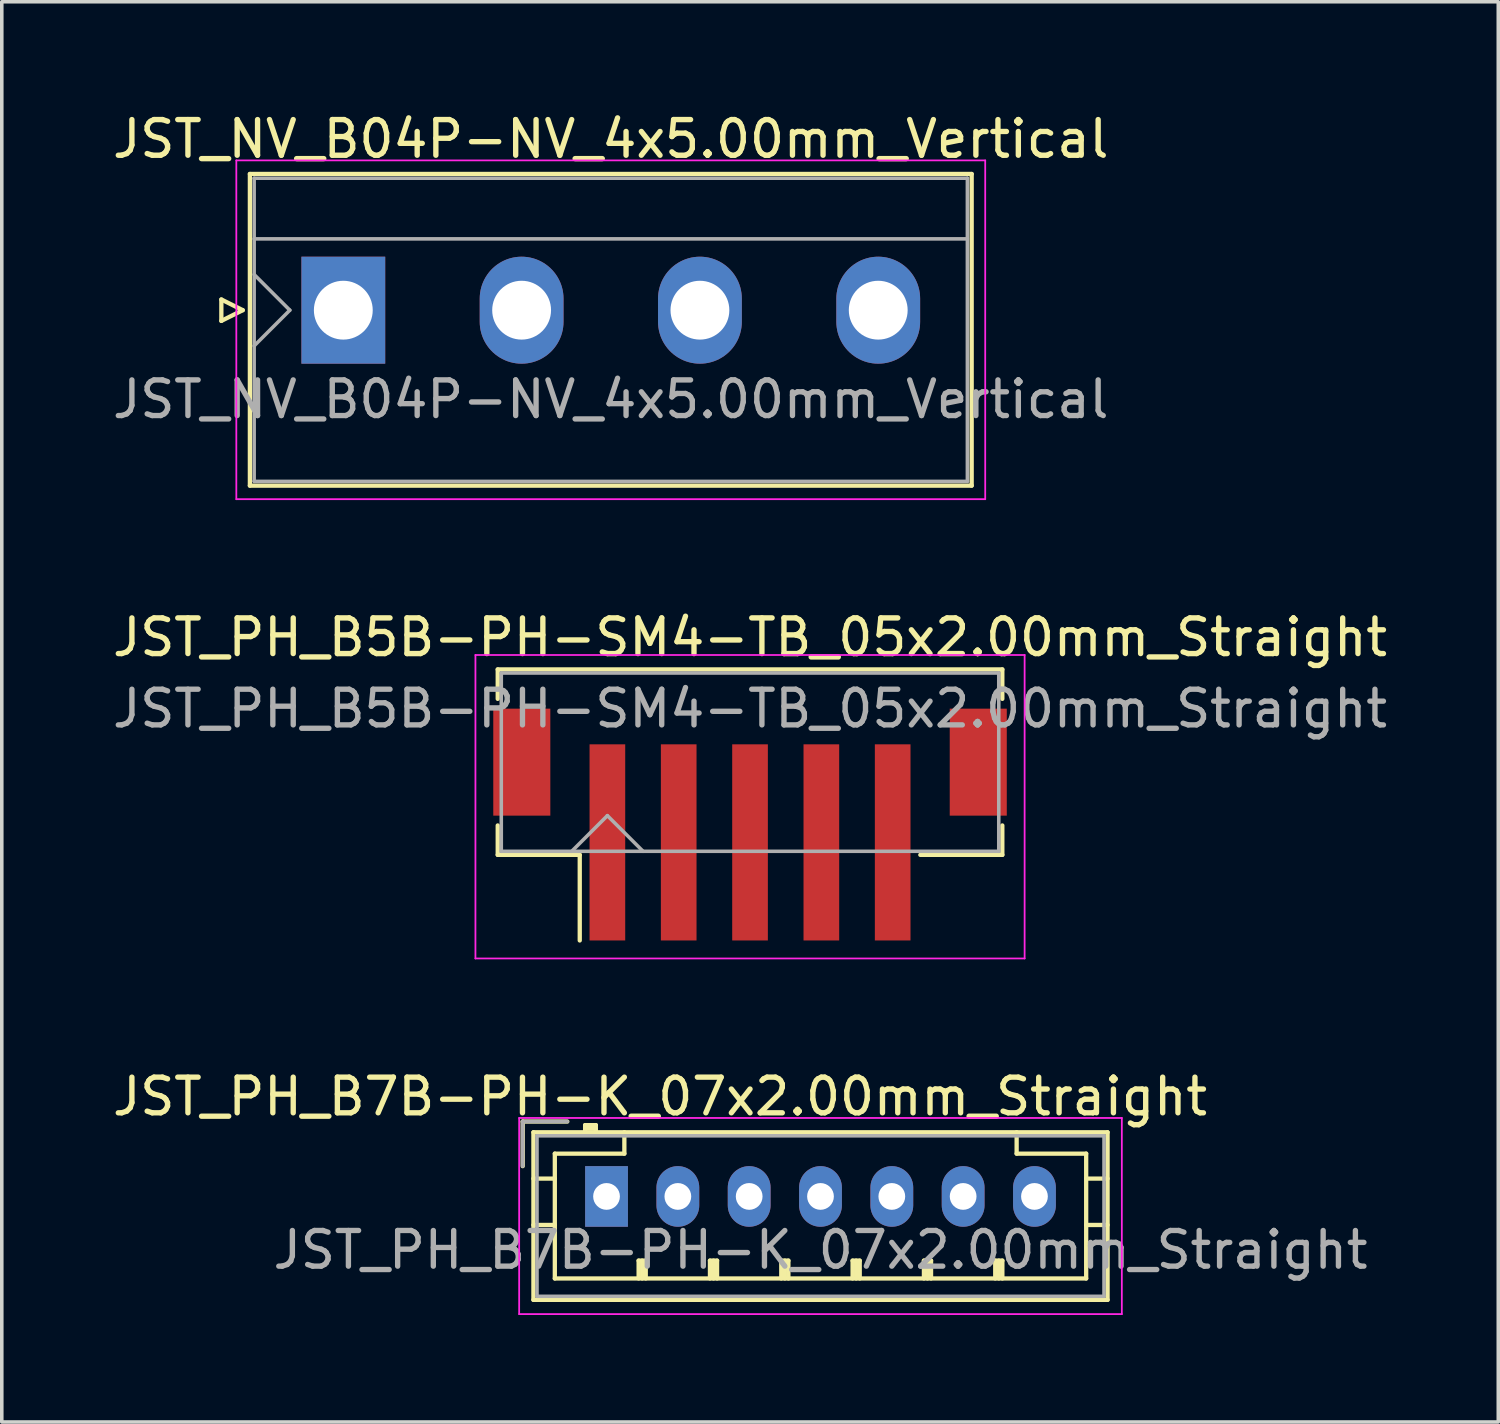
<source format=kicad_pcb>
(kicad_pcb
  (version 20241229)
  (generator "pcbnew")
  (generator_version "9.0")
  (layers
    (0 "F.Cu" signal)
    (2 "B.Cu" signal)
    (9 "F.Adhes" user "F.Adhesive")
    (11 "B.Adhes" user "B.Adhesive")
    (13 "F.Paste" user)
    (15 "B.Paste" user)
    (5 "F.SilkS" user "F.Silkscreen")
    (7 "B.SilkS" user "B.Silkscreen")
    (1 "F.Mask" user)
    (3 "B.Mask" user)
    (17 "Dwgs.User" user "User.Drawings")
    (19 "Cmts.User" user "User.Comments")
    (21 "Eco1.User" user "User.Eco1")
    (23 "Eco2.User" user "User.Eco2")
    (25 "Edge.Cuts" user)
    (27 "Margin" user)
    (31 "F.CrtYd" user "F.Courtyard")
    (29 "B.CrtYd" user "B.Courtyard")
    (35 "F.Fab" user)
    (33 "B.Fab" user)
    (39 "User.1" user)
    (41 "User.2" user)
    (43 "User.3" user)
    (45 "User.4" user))
  (footprint "JST_NV_B04P-NV_4x5.00mm_Vertical"
    (layer "F.Cu")
    (at 6.577 5.648)
    (property "Reference" "JST_NV_B04P-NV_4x5.00mm_Vertical" (at 7.5 -4.8 0) (layer "F.SilkS") (effects (font (size 1 1) (thickness 0.15))))
    (attr through_hole)
    (fp_line (start -3.42 -0.3) (end -2.82 0) (stroke (width 0.12) (type solid)) (layer "F.SilkS"))
    (fp_line (start -3.42 0.3) (end -3.42 -0.3) (stroke (width 0.12) (type solid)) (layer "F.SilkS"))
    (fp_line (start -2.82 0) (end -3.42 0.3) (stroke (width 0.12) (type solid)) (layer "F.SilkS"))
    (fp_line (start -2.62 -3.82) (end -2.62 4.92) (stroke (width 0.12) (type solid)) (layer "F.SilkS"))
    (fp_line (start -2.62 4.92) (end 17.62 4.92) (stroke (width 0.12) (type solid)) (layer "F.SilkS"))
    (fp_line (start 17.62 -3.82) (end -2.62 -3.82) (stroke (width 0.12) (type solid)) (layer "F.SilkS"))
    (fp_line (start 17.62 4.92) (end 17.62 -3.82) (stroke (width 0.12) (type solid)) (layer "F.SilkS"))
    (fp_line (start -3 -4.2) (end -3 5.3) (stroke (width 0.05) (type solid)) (layer "F.CrtYd"))
    (fp_line (start -3 5.3) (end 18 5.3) (stroke (width 0.05) (type solid)) (layer "F.CrtYd"))
    (fp_line (start 18 -4.2) (end -3 -4.2) (stroke (width 0.05) (type solid)) (layer "F.CrtYd"))
    (fp_line (start 18 5.3) (end 18 -4.2) (stroke (width 0.05) (type solid)) (layer "F.CrtYd"))
    (fp_line (start -2.5 -3.7) (end -2.5 4.8) (stroke (width 0.1) (type solid)) (layer "F.Fab"))
    (fp_line (start -2.5 -2) (end 17.5 -2) (stroke (width 0.1) (type solid)) (layer "F.Fab"))
    (fp_line (start -2.5 -1) (end -1.5 0) (stroke (width 0.1) (type solid)) (layer "F.Fab"))
    (fp_line (start -2.5 1) (end -1.5 0) (stroke (width 0.1) (type solid)) (layer "F.Fab"))
    (fp_line (start -2.5 4.8) (end 17.5 4.8) (stroke (width 0.1) (type solid)) (layer "F.Fab"))
    (fp_line (start 17.5 -3.7) (end -2.5 -3.7) (stroke (width 0.1) (type solid)) (layer "F.Fab"))
    (fp_line (start 17.5 4.8) (end 17.5 -3.7) (stroke (width 0.1) (type solid)) (layer "F.Fab"))
    (fp_text user "${REFERENCE}" (at 7.5 2.5 0) (layer "F.Fab") (effects (font (size 1 1) (thickness 0.15))))
    (pad "1" thru_hole rect (at 0 0) (size 2.35 3) (drill 1.65) (layers "*.Cu" "*.Mask"))
    (pad "2" thru_hole oval (at 5 0) (size 2.35 3) (drill 1.65) (layers "*.Cu" "*.Mask"))
    (pad "3" thru_hole oval (at 10 0) (size 2.35 3) (drill 1.65) (layers "*.Cu" "*.Mask"))
    (pad "4" thru_hole oval (at 15 0) (size 2.35 3) (drill 1.65) (layers "*.Cu" "*.Mask")))
  (footprint "JST_PH_B5B-PH-SM4-TB_05x2.00mm_Straight"
    (layer "F.Cu")
    (at 17.982 19.447)
    (property "Reference" "JST_PH_B5B-PH-SM4-TB_05x2.00mm_Straight" (at 0 -4.625 0) (layer "F.SilkS") (effects (font (size 1 1) (thickness 0.15))))
    (attr smd)
    (fp_line (start -7.075 -3.725) (end 7.075 -3.725) (stroke (width 0.12) (type solid)) (layer "F.SilkS"))
    (fp_line (start -7.075 -2.9) (end -7.075 -3.725) (stroke (width 0.12) (type solid)) (layer "F.SilkS"))
    (fp_line (start -7.075 0.65) (end -7.075 1.475) (stroke (width 0.12) (type solid)) (layer "F.SilkS"))
    (fp_line (start -7.075 1.475) (end -4.775 1.475) (stroke (width 0.12) (type solid)) (layer "F.SilkS"))
    (fp_line (start -4.775 1.475) (end -4.775 3.875) (stroke (width 0.12) (type solid)) (layer "F.SilkS"))
    (fp_line (start 7.075 -3.725) (end 7.075 -2.9) (stroke (width 0.12) (type solid)) (layer "F.SilkS"))
    (fp_line (start 7.075 0.65) (end 7.075 1.475) (stroke (width 0.12) (type solid)) (layer "F.SilkS"))
    (fp_line (start 7.075 1.475) (end 4.775 1.475) (stroke (width 0.12) (type solid)) (layer "F.SilkS"))
    (fp_line (start -7.7 -4.13) (end -7.7 4.38) (stroke (width 0.05) (type solid)) (layer "F.CrtYd"))
    (fp_line (start -7.7 4.38) (end 7.7 4.38) (stroke (width 0.05) (type solid)) (layer "F.CrtYd"))
    (fp_line (start 7.7 -4.13) (end -7.7 -4.13) (stroke (width 0.05) (type solid)) (layer "F.CrtYd"))
    (fp_line (start 7.7 4.38) (end 7.7 -4.13) (stroke (width 0.05) (type solid)) (layer "F.CrtYd"))
    (fp_line (start -6.975 -3.625) (end -6.975 1.375) (stroke (width 0.1) (type solid)) (layer "F.Fab"))
    (fp_line (start -6.975 1.375) (end 6.975 1.375) (stroke (width 0.1) (type solid)) (layer "F.Fab"))
    (fp_line (start -5 1.375) (end -4 0.375) (stroke (width 0.1) (type solid)) (layer "F.Fab"))
    (fp_line (start -4 0.375) (end -3 1.375) (stroke (width 0.1) (type solid)) (layer "F.Fab"))
    (fp_line (start 6.975 -3.625) (end -6.975 -3.625) (stroke (width 0.1) (type solid)) (layer "F.Fab"))
    (fp_line (start 6.975 1.375) (end 6.975 -3.625) (stroke (width 0.1) (type solid)) (layer "F.Fab"))
    (fp_text user "${REFERENCE}" (at 0 -2.625 0) (layer "F.Fab") (effects (font (size 1 1) (thickness 0.15))))
    (pad "" smd rect (at -6.4 -1.125) (size 1.6 3) (layers "F.Cu" "F.Mask" "F.Paste"))
    (pad "" smd rect (at 6.4 -1.125) (size 1.6 3) (layers "F.Cu" "F.Mask" "F.Paste"))
    (pad "1" smd rect (at -4 1.125) (size 1 5.5) (layers "F.Cu" "F.Mask" "F.Paste"))
    (pad "2" smd rect (at -2 1.125) (size 1 5.5) (layers "F.Cu" "F.Mask" "F.Paste"))
    (pad "3" smd rect (at 0 1.125) (size 1 5.5) (layers "F.Cu" "F.Mask" "F.Paste"))
    (pad "4" smd rect (at 2 1.125) (size 1 5.5) (layers "F.Cu" "F.Mask" "F.Paste"))
    (pad "5" smd rect (at 4 1.125) (size 1 5.5) (layers "F.Cu" "F.Mask" "F.Paste")))
  (footprint "JST_PH_B7B-PH-K_07x2.00mm_Straight"
    (layer "F.Cu")
    (at 13.958 30.5)
    (property "Reference" "JST_PH_B7B-PH-K_07x2.00mm_Straight" (at 1.5 -2.8 0) (layer "F.SilkS") (effects (font (size 1 1) (thickness 0.15))))
    (attr through_hole)
    (fp_line (start -2.35 -2.1) (end -2.35 -0.85) (stroke (width 0.12) (type solid)) (layer "F.SilkS"))
    (fp_line (start -2.05 -1.8) (end -2.05 2.9) (stroke (width 0.12) (type solid)) (layer "F.SilkS"))
    (fp_line (start -2.05 -0.5) (end -1.45 -0.5) (stroke (width 0.12) (type solid)) (layer "F.SilkS"))
    (fp_line (start -2.05 0.8) (end -1.45 0.8) (stroke (width 0.12) (type solid)) (layer "F.SilkS"))
    (fp_line (start -2.05 2.9) (end 14.05 2.9) (stroke (width 0.12) (type solid)) (layer "F.SilkS"))
    (fp_line (start -1.45 -1.2) (end -1.45 2.3) (stroke (width 0.12) (type solid)) (layer "F.SilkS"))
    (fp_line (start -1.45 2.3) (end 13.45 2.3) (stroke (width 0.12) (type solid)) (layer "F.SilkS"))
    (fp_line (start -1.1 -2.1) (end -2.35 -2.1) (stroke (width 0.12) (type solid)) (layer "F.SilkS"))
    (fp_line (start -0.6 -2) (end -0.6 -1.8) (stroke (width 0.12) (type solid)) (layer "F.SilkS"))
    (fp_line (start -0.3 -2) (end -0.6 -2) (stroke (width 0.12) (type solid)) (layer "F.SilkS"))
    (fp_line (start -0.3 -1.9) (end -0.6 -1.9) (stroke (width 0.12) (type solid)) (layer "F.SilkS"))
    (fp_line (start -0.3 -1.8) (end -0.3 -2) (stroke (width 0.12) (type solid)) (layer "F.SilkS"))
    (fp_line (start 0.5 -1.8) (end 0.5 -1.2) (stroke (width 0.12) (type solid)) (layer "F.SilkS"))
    (fp_line (start 0.5 -1.2) (end -1.45 -1.2) (stroke (width 0.12) (type solid)) (layer "F.SilkS"))
    (fp_line (start 0.9 1.8) (end 1.1 1.8) (stroke (width 0.12) (type solid)) (layer "F.SilkS"))
    (fp_line (start 0.9 2.3) (end 0.9 1.8) (stroke (width 0.12) (type solid)) (layer "F.SilkS"))
    (fp_line (start 1 2.3) (end 1 1.8) (stroke (width 0.12) (type solid)) (layer "F.SilkS"))
    (fp_line (start 1.1 1.8) (end 1.1 2.3) (stroke (width 0.12) (type solid)) (layer "F.SilkS"))
    (fp_line (start 2.9 1.8) (end 3.1 1.8) (stroke (width 0.12) (type solid)) (layer "F.SilkS"))
    (fp_line (start 2.9 2.3) (end 2.9 1.8) (stroke (width 0.12) (type solid)) (layer "F.SilkS"))
    (fp_line (start 3 2.3) (end 3 1.8) (stroke (width 0.12) (type solid)) (layer "F.SilkS"))
    (fp_line (start 3.1 1.8) (end 3.1 2.3) (stroke (width 0.12) (type solid)) (layer "F.SilkS"))
    (fp_line (start 4.9 1.8) (end 5.1 1.8) (stroke (width 0.12) (type solid)) (layer "F.SilkS"))
    (fp_line (start 4.9 2.3) (end 4.9 1.8) (stroke (width 0.12) (type solid)) (layer "F.SilkS"))
    (fp_line (start 5 2.3) (end 5 1.8) (stroke (width 0.12) (type solid)) (layer "F.SilkS"))
    (fp_line (start 5.1 1.8) (end 5.1 2.3) (stroke (width 0.12) (type solid)) (layer "F.SilkS"))
    (fp_line (start 6.9 1.8) (end 7.1 1.8) (stroke (width 0.12) (type solid)) (layer "F.SilkS"))
    (fp_line (start 6.9 2.3) (end 6.9 1.8) (stroke (width 0.12) (type solid)) (layer "F.SilkS"))
    (fp_line (start 7 2.3) (end 7 1.8) (stroke (width 0.12) (type solid)) (layer "F.SilkS"))
    (fp_line (start 7.1 1.8) (end 7.1 2.3) (stroke (width 0.12) (type solid)) (layer "F.SilkS"))
    (fp_line (start 8.9 1.8) (end 9.1 1.8) (stroke (width 0.12) (type solid)) (layer "F.SilkS"))
    (fp_line (start 8.9 2.3) (end 8.9 1.8) (stroke (width 0.12) (type solid)) (layer "F.SilkS"))
    (fp_line (start 9 2.3) (end 9 1.8) (stroke (width 0.12) (type solid)) (layer "F.SilkS"))
    (fp_line (start 9.1 1.8) (end 9.1 2.3) (stroke (width 0.12) (type solid)) (layer "F.SilkS"))
    (fp_line (start 10.9 1.8) (end 11.1 1.8) (stroke (width 0.12) (type solid)) (layer "F.SilkS"))
    (fp_line (start 10.9 2.3) (end 10.9 1.8) (stroke (width 0.12) (type solid)) (layer "F.SilkS"))
    (fp_line (start 11 2.3) (end 11 1.8) (stroke (width 0.12) (type solid)) (layer "F.SilkS"))
    (fp_line (start 11.1 1.8) (end 11.1 2.3) (stroke (width 0.12) (type solid)) (layer "F.SilkS"))
    (fp_line (start 11.5 -1.2) (end 11.5 -1.8) (stroke (width 0.12) (type solid)) (layer "F.SilkS"))
    (fp_line (start 13.45 -1.2) (end 11.5 -1.2) (stroke (width 0.12) (type solid)) (layer "F.SilkS"))
    (fp_line (start 13.45 2.3) (end 13.45 -1.2) (stroke (width 0.12) (type solid)) (layer "F.SilkS"))
    (fp_line (start 14.05 -1.8) (end -2.05 -1.8) (stroke (width 0.12) (type solid)) (layer "F.SilkS"))
    (fp_line (start 14.05 -0.5) (end 13.45 -0.5) (stroke (width 0.12) (type solid)) (layer "F.SilkS"))
    (fp_line (start 14.05 0.8) (end 13.45 0.8) (stroke (width 0.12) (type solid)) (layer "F.SilkS"))
    (fp_line (start 14.05 2.9) (end 14.05 -1.8) (stroke (width 0.12) (type solid)) (layer "F.SilkS"))
    (fp_line (start -2.45 -2.2) (end -2.45 3.3) (stroke (width 0.05) (type solid)) (layer "F.CrtYd"))
    (fp_line (start -2.45 3.3) (end 14.45 3.3) (stroke (width 0.05) (type solid)) (layer "F.CrtYd"))
    (fp_line (start 14.45 -2.2) (end -2.45 -2.2) (stroke (width 0.05) (type solid)) (layer "F.CrtYd"))
    (fp_line (start 14.45 3.3) (end 14.45 -2.2) (stroke (width 0.05) (type solid)) (layer "F.CrtYd"))
    (fp_line (start -2.35 -2.1) (end -2.35 -0.85) (stroke (width 0.1) (type solid)) (layer "F.Fab"))
    (fp_line (start -1.95 -1.7) (end -1.95 2.8) (stroke (width 0.1) (type solid)) (layer "F.Fab"))
    (fp_line (start -1.95 2.8) (end 13.95 2.8) (stroke (width 0.1) (type solid)) (layer "F.Fab"))
    (fp_line (start -1.1 -2.1) (end -2.35 -2.1) (stroke (width 0.1) (type solid)) (layer "F.Fab"))
    (fp_line (start 13.95 -1.7) (end -1.95 -1.7) (stroke (width 0.1) (type solid)) (layer "F.Fab"))
    (fp_line (start 13.95 2.8) (end 13.95 -1.7) (stroke (width 0.1) (type solid)) (layer "F.Fab"))
    (fp_text user "${REFERENCE}" (at 6 1.5 0) (layer "F.Fab") (effects (font (size 1 1) (thickness 0.15))))
    (pad "1" thru_hole rect (at 0 0) (size 1.2 1.7) (drill 0.75) (layers "*.Cu" "*.Mask"))
    (pad "2" thru_hole oval (at 2 0) (size 1.2 1.7) (drill 0.75) (layers "*.Cu" "*.Mask"))
    (pad "3" thru_hole oval (at 4 0) (size 1.2 1.7) (drill 0.75) (layers "*.Cu" "*.Mask"))
    (pad "4" thru_hole oval (at 6 0) (size 1.2 1.7) (drill 0.75) (layers "*.Cu" "*.Mask"))
    (pad "5" thru_hole oval (at 8 0) (size 1.2 1.7) (drill 0.75) (layers "*.Cu" "*.Mask"))
    (pad "6" thru_hole oval (at 10 0) (size 1.2 1.7) (drill 0.75) (layers "*.Cu" "*.Mask"))
    (pad "7" thru_hole oval (at 12 0) (size 1.2 1.7) (drill 0.75) (layers "*.Cu" "*.Mask")))
  (gr_rect
    (start -3 -3)
    (end 38.964 36.825)
    (stroke (width 0.1) (type default))
    (fill no)
    (layer "Edge.Cuts")))
</source>
